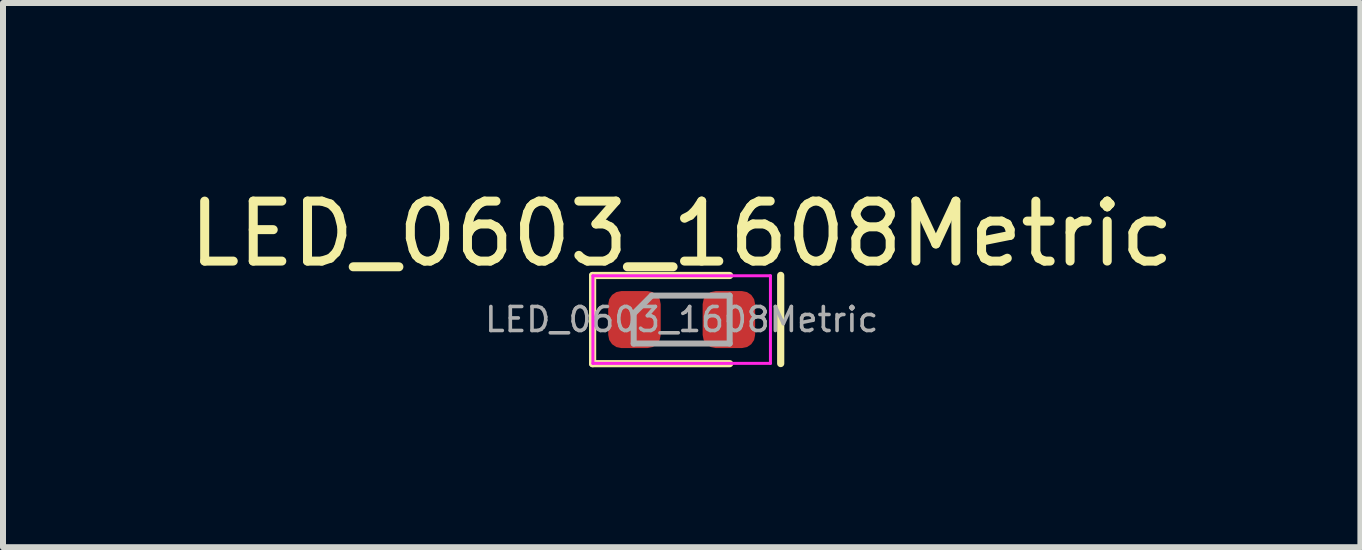
<source format=kicad_pcb>
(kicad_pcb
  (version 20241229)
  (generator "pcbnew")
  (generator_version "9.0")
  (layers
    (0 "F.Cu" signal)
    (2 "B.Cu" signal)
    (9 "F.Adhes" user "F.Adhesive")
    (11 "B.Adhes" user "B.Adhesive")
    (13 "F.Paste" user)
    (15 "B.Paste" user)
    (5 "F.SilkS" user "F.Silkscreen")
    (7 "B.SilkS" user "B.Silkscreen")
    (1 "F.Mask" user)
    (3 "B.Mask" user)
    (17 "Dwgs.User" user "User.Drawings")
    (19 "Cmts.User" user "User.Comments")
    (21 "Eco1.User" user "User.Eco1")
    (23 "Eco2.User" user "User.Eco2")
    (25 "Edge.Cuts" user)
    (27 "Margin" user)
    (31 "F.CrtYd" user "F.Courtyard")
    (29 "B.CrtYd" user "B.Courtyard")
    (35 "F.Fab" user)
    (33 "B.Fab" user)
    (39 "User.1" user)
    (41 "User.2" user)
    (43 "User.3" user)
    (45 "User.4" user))
  (footprint "LED_0603_1608Metric"
    (layer "F.Cu")
    (at 8.315 2.278)
    (property "Reference" "LED_0603_1608Metric" (at 0 -1.43 0) (layer "F.SilkS") (effects (font (size 1 1) (thickness 0.15))))
    (attr smd)
    (fp_line (start -1.485 -0.735) (end -1.485 0.735) (stroke (width 0.12) (type solid)) (layer "F.SilkS"))
    (fp_line (start -1.485 0.735) (end 0.8 0.735) (stroke (width 0.12) (type solid)) (layer "F.SilkS"))
    (fp_line (start 0.8 -0.735) (end -1.485 -0.735) (stroke (width 0.12) (type solid)) (layer "F.SilkS"))
    (fp_line (start 1.651 -0.737) (end 1.651 0.733) (stroke (width 0.12) (type solid)) (layer "F.SilkS"))
    (fp_line (start -1.48 -0.73) (end 1.48 -0.73) (stroke (width 0.05) (type solid)) (layer "F.CrtYd"))
    (fp_line (start -1.48 0.73) (end -1.48 -0.73) (stroke (width 0.05) (type solid)) (layer "F.CrtYd"))
    (fp_line (start 1.48 -0.73) (end 1.48 0.73) (stroke (width 0.05) (type solid)) (layer "F.CrtYd"))
    (fp_line (start 1.48 0.73) (end -1.48 0.73) (stroke (width 0.05) (type solid)) (layer "F.CrtYd"))
    (fp_line (start -0.8 -0.1) (end -0.8 0.4) (stroke (width 0.1) (type solid)) (layer "F.Fab"))
    (fp_line (start -0.8 0.4) (end 0.8 0.4) (stroke (width 0.1) (type solid)) (layer "F.Fab"))
    (fp_line (start -0.5 -0.4) (end -0.8 -0.1) (stroke (width 0.1) (type solid)) (layer "F.Fab"))
    (fp_line (start 0.8 -0.4) (end -0.5 -0.4) (stroke (width 0.1) (type solid)) (layer "F.Fab"))
    (fp_line (start 0.8 0.4) (end 0.8 -0.4) (stroke (width 0.1) (type solid)) (layer "F.Fab"))
    (fp_text user "${REFERENCE}" (at 0 0 0) (layer "F.Fab") (effects (font (size 0.4 0.4) (thickness 0.06))))
    (pad "1" smd roundrect (at -0.787 0) (size 0.875 0.95) (layers "F.Cu" "F.Mask" "F.Paste") (roundrect_rratio 0.25))
    (pad "2" smd roundrect (at 0.787 0) (size 0.875 0.95) (layers "F.Cu" "F.Mask" "F.Paste") (roundrect_rratio 0.25)))
  (gr_rect
    (start -3 -3)
    (end 19.631 6.073)
    (stroke (width 0.1) (type default))
    (fill no)
    (layer "Edge.Cuts")))
</source>
